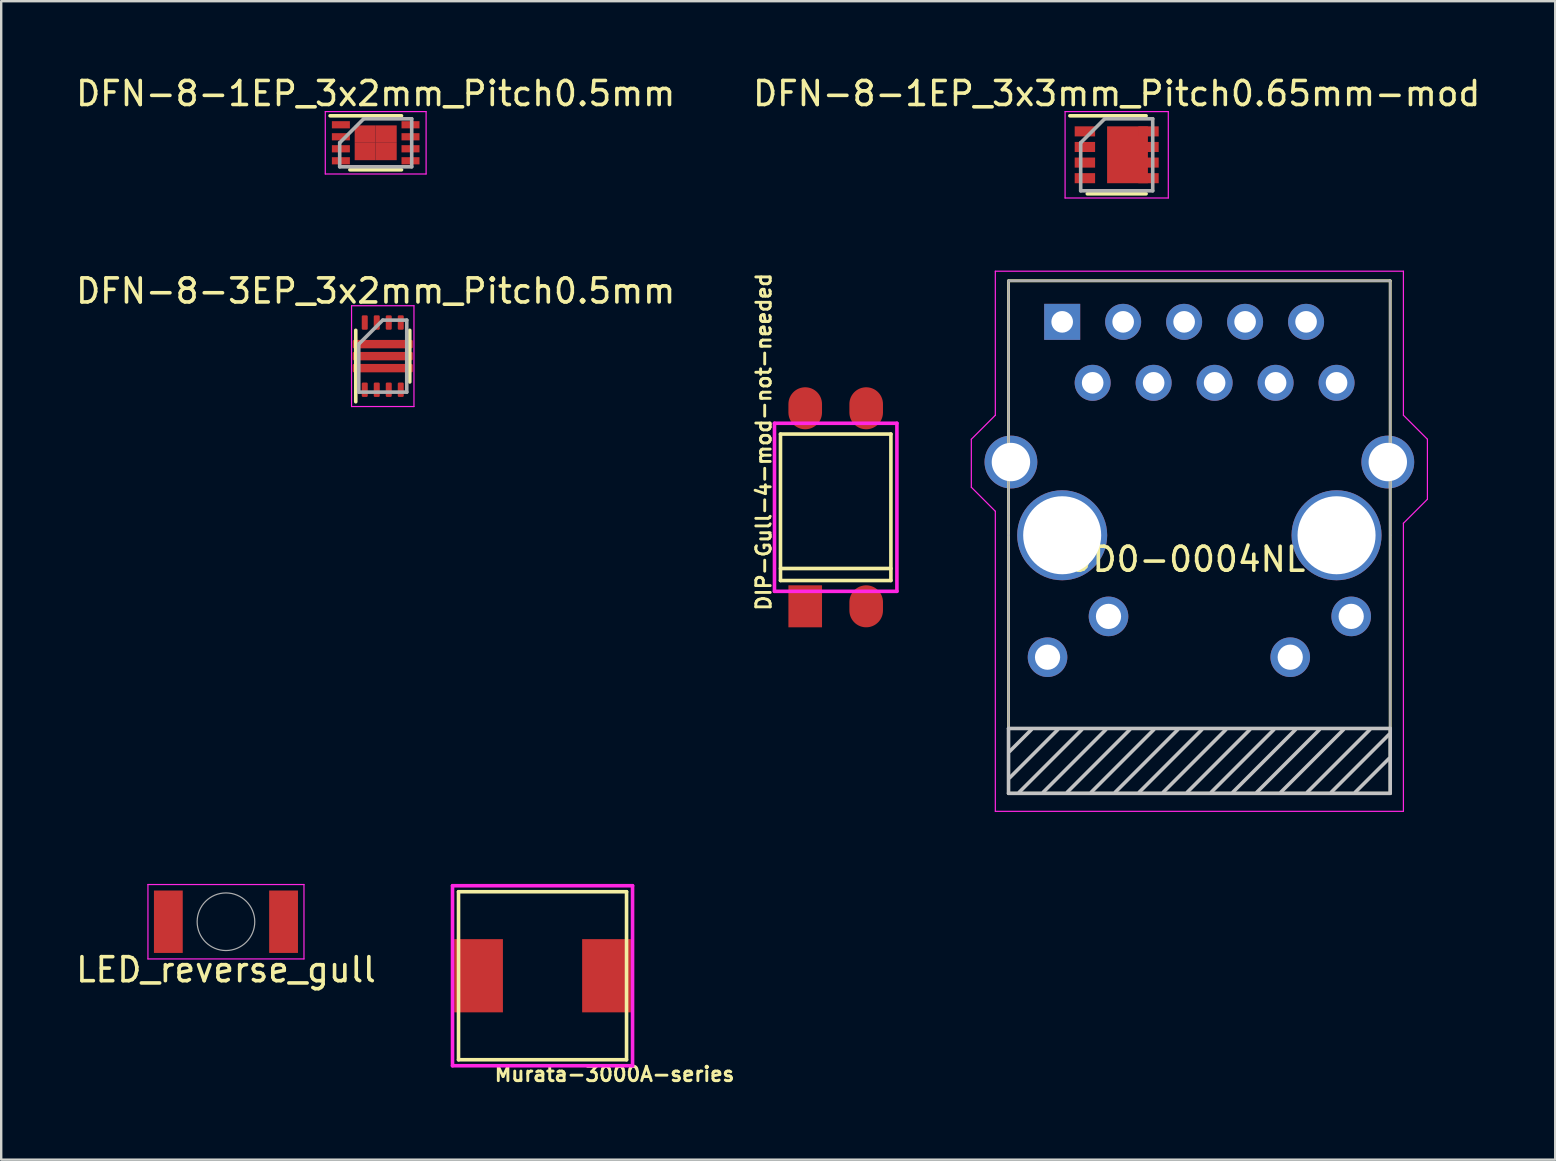
<source format=kicad_pcb>
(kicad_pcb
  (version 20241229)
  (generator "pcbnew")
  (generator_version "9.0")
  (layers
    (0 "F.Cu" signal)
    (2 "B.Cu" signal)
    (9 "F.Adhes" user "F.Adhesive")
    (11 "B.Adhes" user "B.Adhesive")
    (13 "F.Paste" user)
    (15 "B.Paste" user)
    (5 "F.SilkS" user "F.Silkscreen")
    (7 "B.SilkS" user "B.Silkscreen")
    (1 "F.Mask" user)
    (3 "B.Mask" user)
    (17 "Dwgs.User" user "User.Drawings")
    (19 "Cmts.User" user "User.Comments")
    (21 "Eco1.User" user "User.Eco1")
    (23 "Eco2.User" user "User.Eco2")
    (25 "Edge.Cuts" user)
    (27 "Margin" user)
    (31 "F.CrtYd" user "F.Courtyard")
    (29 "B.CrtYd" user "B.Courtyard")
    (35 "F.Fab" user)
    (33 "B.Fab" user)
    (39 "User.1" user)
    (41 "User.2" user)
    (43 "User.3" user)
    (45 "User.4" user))
  (footprint "DFN-8-3EP_3x2mm_Pitch0.5mm"
    (layer "F.Cu")
    (at 12.851 11.822)
    (property "Reference" "DFN-8-3EP_3x2mm_Pitch0.5mm" (at -0.25 -2.75 0) (layer "F.SilkS") (effects (font (size 1 1) (thickness 0.15))))
    (attr smd)
    (fp_line (start -1.081 1.864) (end -1.081 -1.111) (stroke (width 0.15) (type solid)) (layer "F.SilkS"))
    (fp_line (start 1.169 1.039) (end 1.169 -1.111) (stroke (width 0.15) (type solid)) (layer "F.SilkS"))
    (fp_line (start -1.256 -2.136) (end 1.344 -2.136) (stroke (width 0.05) (type solid)) (layer "F.CrtYd"))
    (fp_line (start -1.256 2.064) (end -1.256 -2.136) (stroke (width 0.05) (type solid)) (layer "F.CrtYd"))
    (fp_line (start -1.256 2.064) (end 1.344 2.064) (stroke (width 0.05) (type solid)) (layer "F.CrtYd"))
    (fp_line (start 1.344 2.064) (end 1.344 -2.136) (stroke (width 0.05) (type solid)) (layer "F.CrtYd"))
    (fp_line (start -0.956 -0.536) (end -0.956 1.464) (stroke (width 0.15) (type solid)) (layer "F.Fab"))
    (fp_line (start -0.956 1.464) (end 1.044 1.464) (stroke (width 0.15) (type solid)) (layer "F.Fab"))
    (fp_line (start 0.044 -1.536) (end -0.956 -0.536) (stroke (width 0.15) (type solid)) (layer "F.Fab"))
    (fp_line (start 1.044 -1.536) (end 0.044 -1.536) (stroke (width 0.15) (type solid)) (layer "F.Fab"))
    (fp_line (start 1.044 1.464) (end 1.044 -1.536) (stroke (width 0.15) (type solid)) (layer "F.Fab"))
    (pad "1" smd roundrect (at 0.044 -0.536 270) (size 0.35 2.5) (layers "F.Cu" "F.Mask" "F.Paste") (roundrect_rratio 0.143))
    (pad "2" smd roundrect (at 0.044 -0.036 270) (size 0.35 2.5) (layers "F.Cu" "F.Mask" "F.Paste") (roundrect_rratio 0.143))
    (pad "3" smd roundrect (at 0.044 0.464 270) (size 0.35 2.5) (layers "F.Cu" "F.Mask" "F.Paste") (roundrect_rratio 0.143))
    (pad "4" smd roundrect (at -0.706 1.364 90) (size 0.6 0.25) (layers "F.Cu" "F.Mask" "F.Paste") (roundrect_rratio 0.2))
    (pad "5" smd roundrect (at -0.206 1.364 90) (size 0.6 0.25) (layers "F.Cu" "F.Mask" "F.Paste") (roundrect_rratio 0.2))
    (pad "6" smd roundrect (at 0.294 1.364 90) (size 0.6 0.25) (layers "F.Cu" "F.Mask" "F.Paste") (roundrect_rratio 0.2))
    (pad "7" smd roundrect (at 0.794 1.364 90) (size 0.6 0.25) (layers "F.Cu" "F.Mask" "F.Paste") (roundrect_rratio 0.2))
    (pad "8" smd roundrect (at 0.794 -1.436 90) (size 0.6 0.25) (layers "F.Cu" "F.Mask" "F.Paste") (roundrect_rratio 0.2))
    (pad "9" smd roundrect (at 0.294 -1.436 90) (size 0.6 0.25) (layers "F.Cu" "F.Mask" "F.Paste") (roundrect_rratio 0.2))
    (pad "10" smd roundrect (at -0.206 -1.436 90) (size 0.6 0.25) (layers "F.Cu" "F.Mask" "F.Paste") (roundrect_rratio 0.2))
    (pad "11" smd roundrect (at -0.706 -1.436 90) (size 0.6 0.25) (layers "F.Cu" "F.Mask" "F.Paste") (roundrect_rratio 0.2)))
  (footprint "JD0-0004NL"
    (layer "F.Cu")
    (at 46.914 19.248)
    (property "Reference" "JD0-0004NL" (at -0.4 1 0) (layer "F.SilkS") (effects (font (size 1 1) (thickness 0.15))))
    (attr through_hole)
    (fp_line (start -7.95 -10.6) (end 7.95 -10.6) (stroke (width 0.12) (type solid)) (layer "F.SilkS"))
    (fp_line (start -7.95 10.75) (end -7.95 -10.6) (stroke (width 0.12) (type solid)) (layer "F.SilkS"))
    (fp_line (start 7.95 -10.6) (end 7.95 10.75) (stroke (width 0.12) (type solid)) (layer "F.SilkS"))
    (fp_line (start 7.95 10.75) (end -7.95 10.75) (stroke (width 0.12) (type solid)) (layer "F.SilkS"))
    (fp_line (start -7.95 8.05) (end -7.95 10.75) (stroke (width 0.15) (type solid)) (layer "Dwgs.User"))
    (fp_line (start -7.95 10.75) (end 7.95 10.75) (stroke (width 0.15) (type solid)) (layer "Dwgs.User"))
    (fp_line (start -7.9 9) (end -7 8.1) (stroke (width 0.15) (type solid)) (layer "Dwgs.User"))
    (fp_line (start -7.9 10.1) (end -5.9 8.1) (stroke (width 0.15) (type solid)) (layer "Dwgs.User"))
    (fp_line (start -7.5 10.7) (end -4.9 8.1) (stroke (width 0.15) (type solid)) (layer "Dwgs.User"))
    (fp_line (start -6.5 10.7) (end -3.9 8.1) (stroke (width 0.15) (type solid)) (layer "Dwgs.User"))
    (fp_line (start -5.5 10.7) (end -2.9 8.1) (stroke (width 0.15) (type solid)) (layer "Dwgs.User"))
    (fp_line (start -4.5 10.7) (end -1.9 8.1) (stroke (width 0.15) (type solid)) (layer "Dwgs.User"))
    (fp_line (start -3.5 10.7) (end -0.9 8.1) (stroke (width 0.15) (type solid)) (layer "Dwgs.User"))
    (fp_line (start -2.5 10.7) (end 0.1 8.1) (stroke (width 0.15) (type solid)) (layer "Dwgs.User"))
    (fp_line (start -1.5 10.7) (end 1.1 8.1) (stroke (width 0.15) (type solid)) (layer "Dwgs.User"))
    (fp_line (start -0.5 10.7) (end 2.1 8.1) (stroke (width 0.15) (type solid)) (layer "Dwgs.User"))
    (fp_line (start 0.5 10.7) (end 3.1 8.1) (stroke (width 0.15) (type solid)) (layer "Dwgs.User"))
    (fp_line (start 1.4 10.7) (end 4 8.1) (stroke (width 0.15) (type solid)) (layer "Dwgs.User"))
    (fp_line (start 2.4 10.7) (end 5 8.1) (stroke (width 0.15) (type solid)) (layer "Dwgs.User"))
    (fp_line (start 3.4 10.7) (end 6 8.1) (stroke (width 0.15) (type solid)) (layer "Dwgs.User"))
    (fp_line (start 4.5 10.7) (end 7.1 8.1) (stroke (width 0.15) (type solid)) (layer "Dwgs.User"))
    (fp_line (start 5.5 10.7) (end 7.9 8.3) (stroke (width 0.15) (type solid)) (layer "Dwgs.User"))
    (fp_line (start 6.5 10.7) (end 7.9 9.3) (stroke (width 0.15) (type solid)) (layer "Dwgs.User"))
    (fp_line (start 7.95 8.05) (end -7.95 8.05) (stroke (width 0.15) (type solid)) (layer "Dwgs.User"))
    (fp_line (start 7.95 10.75) (end 7.95 8.05) (stroke (width 0.15) (type solid)) (layer "Dwgs.User"))
    (fp_line (start -9.5 -4) (end -8.5 -5) (stroke (width 0.05) (type solid)) (layer "F.CrtYd"))
    (fp_line (start -9.5 -2) (end -9.5 -4) (stroke (width 0.05) (type solid)) (layer "F.CrtYd"))
    (fp_line (start -8.5 -11) (end 8.5 -11) (stroke (width 0.05) (type solid)) (layer "F.CrtYd"))
    (fp_line (start -8.5 -5) (end -8.5 -11) (stroke (width 0.05) (type solid)) (layer "F.CrtYd"))
    (fp_line (start -8.5 -1) (end -9.5 -2) (stroke (width 0.05) (type solid)) (layer "F.CrtYd"))
    (fp_line (start -8.5 11.5) (end -8.5 -1) (stroke (width 0.05) (type solid)) (layer "F.CrtYd"))
    (fp_line (start 8.5 -11) (end 8.5 -5) (stroke (width 0.05) (type solid)) (layer "F.CrtYd"))
    (fp_line (start 8.5 -5) (end 9.5 -4) (stroke (width 0.05) (type solid)) (layer "F.CrtYd"))
    (fp_line (start 8.5 -0.5) (end 8.5 11.5) (stroke (width 0.05) (type solid)) (layer "F.CrtYd"))
    (fp_line (start 8.5 11.5) (end -8.5 11.5) (stroke (width 0.05) (type solid)) (layer "F.CrtYd"))
    (fp_line (start 9.5 -4) (end 9.5 -1.5) (stroke (width 0.05) (type solid)) (layer "F.CrtYd"))
    (fp_line (start 9.5 -1.5) (end 8.5 -0.5) (stroke (width 0.05) (type solid)) (layer "F.CrtYd"))
    (fp_line (start -7.95 -10.6) (end 7.95 -10.6) (stroke (width 0.1) (type solid)) (layer "F.Fab"))
    (fp_line (start -7.95 0) (end -7.95 -10.6) (stroke (width 0.1) (type solid)) (layer "F.Fab"))
    (fp_line (start -7.95 0) (end -7.95 10.75) (stroke (width 0.1) (type solid)) (layer "F.Fab"))
    (fp_line (start -7.95 10.75) (end 7.95 10.75) (stroke (width 0.1) (type solid)) (layer "F.Fab"))
    (fp_line (start 7.95 -10.6) (end 7.95 0) (stroke (width 0.1) (type solid)) (layer "F.Fab"))
    (fp_line (start 7.95 10.75) (end 7.95 0) (stroke (width 0.1) (type solid)) (layer "F.Fab"))
    (pad "" thru_hole circle (at -5.715 0) (size 3.75 3.75) (drill 3.25) (layers "*.Cu" "*.Mask"))
    (pad "" thru_hole circle (at 5.715 0) (size 3.75 3.75) (drill 3.25) (layers "*.Cu" "*.Mask"))
    (pad "1" thru_hole rect (at -5.715 -8.89) (size 1.5 1.5) (drill 0.9) (layers "*.Cu" "*.Mask"))
    (pad "2" thru_hole circle (at -4.445 -6.35) (size 1.5 1.5) (drill 0.9) (layers "*.Cu" "*.Mask"))
    (pad "3" thru_hole circle (at -3.175 -8.89) (size 1.5 1.5) (drill 0.9) (layers "*.Cu" "*.Mask"))
    (pad "4" thru_hole circle (at -1.905 -6.35) (size 1.5 1.5) (drill 0.9) (layers "*.Cu" "*.Mask"))
    (pad "5" thru_hole circle (at -0.635 -8.89) (size 1.5 1.5) (drill 0.9) (layers "*.Cu" "*.Mask"))
    (pad "6" thru_hole circle (at 0.635 -6.35) (size 1.5 1.5) (drill 0.9) (layers "*.Cu" "*.Mask"))
    (pad "7" thru_hole circle (at 1.905 -8.89) (size 1.5 1.5) (drill 0.9) (layers "*.Cu" "*.Mask"))
    (pad "8" thru_hole circle (at 3.175 -6.35) (size 1.5 1.5) (drill 0.9) (layers "*.Cu" "*.Mask"))
    (pad "9" thru_hole circle (at 4.445 -8.89) (size 1.5 1.5) (drill 0.9) (layers "*.Cu" "*.Mask"))
    (pad "10" thru_hole circle (at 5.715 -6.35) (size 1.5 1.5) (drill 0.9) (layers "*.Cu" "*.Mask"))
    (pad "11" thru_hole circle (at -6.325 5.08) (size 1.65 1.65) (drill 1.05) (layers "*.Cu" "*.Mask"))
    (pad "12" thru_hole circle (at -3.785 3.38) (size 1.65 1.65) (drill 1.05) (layers "*.Cu" "*.Mask"))
    (pad "13" thru_hole circle (at 3.785 5.08) (size 1.65 1.65) (drill 1.05) (layers "*.Cu" "*.Mask"))
    (pad "14" thru_hole circle (at 6.325 3.38) (size 1.65 1.65) (drill 1.05) (layers "*.Cu" "*.Mask"))
    (pad "15" thru_hole circle (at -7.85 -3.05) (size 2.2 2.2) (drill 1.6) (layers "*.Cu" "*.Mask"))
    (pad "15" thru_hole circle (at 7.85 -3.05) (size 2.2 2.2) (drill 1.6) (layers "*.Cu" "*.Mask")))
  (footprint "DFN-8-1EP_3x3mm_Pitch0.65mm-mod"
    (layer "F.Cu")
    (at 43.47 3.398)
    (property "Reference" "DFN-8-1EP_3x3mm_Pitch0.65mm-mod" (at 0 -2.55 0) (layer "F.SilkS") (effects (font (size 1 1) (thickness 0.15))))
    (attr smd)
    (fp_line (start -1.95 -1.625) (end 1.225 -1.625) (stroke (width 0.15) (type solid)) (layer "F.SilkS"))
    (fp_line (start -1.225 1.625) (end 1.225 1.625) (stroke (width 0.15) (type solid)) (layer "F.SilkS"))
    (fp_line (start -2.15 -1.8) (end -2.15 1.8) (stroke (width 0.05) (type solid)) (layer "F.CrtYd"))
    (fp_line (start -2.15 -1.8) (end 2.15 -1.8) (stroke (width 0.05) (type solid)) (layer "F.CrtYd"))
    (fp_line (start -2.15 1.8) (end 2.15 1.8) (stroke (width 0.05) (type solid)) (layer "F.CrtYd"))
    (fp_line (start 2.15 -1.8) (end 2.15 1.8) (stroke (width 0.05) (type solid)) (layer "F.CrtYd"))
    (fp_line (start -1.5 -0.5) (end -0.5 -1.5) (stroke (width 0.15) (type solid)) (layer "F.Fab"))
    (fp_line (start -1.5 1.5) (end -1.5 -0.5) (stroke (width 0.15) (type solid)) (layer "F.Fab"))
    (fp_line (start -0.5 -1.5) (end 1.5 -1.5) (stroke (width 0.15) (type solid)) (layer "F.Fab"))
    (fp_line (start 1.5 -1.5) (end 1.5 1.5) (stroke (width 0.15) (type solid)) (layer "F.Fab"))
    (fp_line (start 1.5 1.5) (end -1.5 1.5) (stroke (width 0.15) (type solid)) (layer "F.Fab"))
    (pad "1" smd rect (at -1.325 -0.975) (size 0.85 0.42) (layers "F.Cu" "F.Mask" "F.Paste"))
    (pad "2" smd rect (at -1.325 -0.325) (size 0.85 0.42) (layers "F.Cu" "F.Mask" "F.Paste"))
    (pad "3" smd rect (at -1.325 0.325) (size 0.85 0.42) (layers "F.Cu" "F.Mask" "F.Paste"))
    (pad "4" smd rect (at -1.325 0.975) (size 0.85 0.42) (layers "F.Cu" "F.Mask" "F.Paste"))
    (pad "5" smd rect (at 1.325 0.975) (size 0.85 0.42) (layers "F.Cu" "F.Mask" "F.Paste"))
    (pad "6" smd rect (at 1.325 0.325) (size 0.85 0.42) (layers "F.Cu" "F.Mask" "F.Paste"))
    (pad "7" smd rect (at 1.325 -0.325) (size 0.85 0.42) (layers "F.Cu" "F.Mask" "F.Paste"))
    (pad "8" smd rect (at 0.45 0) (size 1.7 2.37) (layers "F.Cu" "F.Mask" "F.Paste"))
    (pad "8" smd rect (at 1.325 -0.975) (size 0.85 0.42) (layers "F.Cu" "F.Mask" "F.Paste")))
  (footprint "DFN-8-1EP_3x2mm_Pitch0.5mm"
    (layer "F.Cu")
    (at 12.601 2.898)
    (property "Reference" "DFN-8-1EP_3x2mm_Pitch0.5mm" (at 0 -2.05 0) (layer "F.SilkS") (effects (font (size 1 1) (thickness 0.15))))
    (attr smd)
    (fp_line (start -1.9 -1.125) (end 1.075 -1.125) (stroke (width 0.15) (type solid)) (layer "F.SilkS"))
    (fp_line (start -1.075 1.125) (end 1.075 1.125) (stroke (width 0.15) (type solid)) (layer "F.SilkS"))
    (fp_line (start -2.1 -1.3) (end -2.1 1.3) (stroke (width 0.05) (type solid)) (layer "F.CrtYd"))
    (fp_line (start -2.1 -1.3) (end 2.1 -1.3) (stroke (width 0.05) (type solid)) (layer "F.CrtYd"))
    (fp_line (start -2.1 1.3) (end 2.1 1.3) (stroke (width 0.05) (type solid)) (layer "F.CrtYd"))
    (fp_line (start 2.1 -1.3) (end 2.1 1.3) (stroke (width 0.05) (type solid)) (layer "F.CrtYd"))
    (fp_line (start -1.5 0) (end -0.5 -1) (stroke (width 0.15) (type solid)) (layer "F.Fab"))
    (fp_line (start -1.5 1) (end -1.5 0) (stroke (width 0.15) (type solid)) (layer "F.Fab"))
    (fp_line (start -0.5 -1) (end 1.5 -1) (stroke (width 0.15) (type solid)) (layer "F.Fab"))
    (fp_line (start 1.5 -1) (end 1.5 1) (stroke (width 0.15) (type solid)) (layer "F.Fab"))
    (fp_line (start 1.5 1) (end -1.5 1) (stroke (width 0.15) (type solid)) (layer "F.Fab"))
    (pad "1" smd rect (at -1.45 -0.75) (size 0.75 0.3) (layers "F.Cu" "F.Mask" "F.Paste"))
    (pad "2" smd rect (at -1.45 -0.25) (size 0.75 0.3) (layers "F.Cu" "F.Mask" "F.Paste"))
    (pad "3" smd rect (at -1.45 0.25) (size 0.75 0.3) (layers "F.Cu" "F.Mask" "F.Paste"))
    (pad "4" smd rect (at -1.45 0.75) (size 0.75 0.3) (layers "F.Cu" "F.Mask" "F.Paste"))
    (pad "5" smd rect (at 1.45 0.75) (size 0.75 0.3) (layers "F.Cu" "F.Mask" "F.Paste"))
    (pad "6" smd rect (at 1.45 0.25) (size 0.75 0.3) (layers "F.Cu" "F.Mask" "F.Paste"))
    (pad "7" smd rect (at 1.45 -0.25) (size 0.75 0.3) (layers "F.Cu" "F.Mask" "F.Paste"))
    (pad "8" smd rect (at 1.45 -0.75) (size 0.75 0.3) (layers "F.Cu" "F.Mask" "F.Paste"))
    (pad "9" smd rect (at -0.438 -0.362) (size 0.875 0.725) (layers "F.Cu" "F.Mask" "F.Paste"))
    (pad "9" smd rect (at -0.438 0.362) (size 0.875 0.725) (layers "F.Cu" "F.Mask" "F.Paste"))
    (pad "9" smd rect (at 0.438 -0.362) (size 0.875 0.725) (layers "F.Cu" "F.Mask" "F.Paste"))
    (pad "9" smd rect (at 0.438 0.362) (size 0.875 0.725) (layers "F.Cu" "F.Mask" "F.Paste")))
  (footprint "LED_reverse_gull"
    (layer "F.Cu")
    (at 6.363 35.348)
    (property "Reference" "LED_reverse_gull" (at 0 2 0) (layer "F.SilkS") (effects (font (size 1 1) (thickness 0.15))))
    (attr through_hole)
    (fp_line (start -3.25 -1.55) (end -3.25 1.55) (stroke (width 0.05) (type solid)) (layer "F.CrtYd"))
    (fp_line (start -3.25 1.55) (end 3.25 1.55) (stroke (width 0.05) (type solid)) (layer "F.CrtYd"))
    (fp_line (start 3.25 -1.55) (end -3.25 -1.55) (stroke (width 0.05) (type solid)) (layer "F.CrtYd"))
    (fp_line (start 3.25 1.55) (end 3.25 -1.55) (stroke (width 0.05) (type solid)) (layer "F.CrtYd"))
    (fp_circle (center 0 0) (end -1.2 0) (stroke (width 0.05) (type solid)) (fill no) (layer "F.Fab"))
    (pad "1" smd rect (at -2.4 0) (size 1.2 2.6) (layers "F.Cu" "F.Mask" "F.Paste"))
    (pad "2" smd rect (at 2.4 0) (size 1.2 2.6) (layers "F.Cu" "F.Mask" "F.Paste")))
  (footprint "DIP-Gull-4-mod-not-needed"
    (layer "F.Cu")
    (at 31.764 18.083)
    (property "Reference" "DIP-Gull-4-mod-not-needed" (at -3 -2.725 90) (layer "F.SilkS") (effects (font (size 0.6 0.6) (thickness 0.12))))
    (attr through_hole)
    (fp_line (start -2.3 -3.05) (end -2.3 3.05) (stroke (width 0.15) (type solid)) (layer "F.SilkS"))
    (fp_line (start -2.3 2.55) (end 2.3 2.55) (stroke (width 0.15) (type solid)) (layer "F.SilkS"))
    (fp_line (start -2.3 3.05) (end 2.3 3.05) (stroke (width 0.15) (type solid)) (layer "F.SilkS"))
    (fp_line (start 2.3 -3.05) (end -2.3 -3.05) (stroke (width 0.15) (type solid)) (layer "F.SilkS"))
    (fp_line (start 2.3 3.05) (end 2.3 -3.05) (stroke (width 0.15) (type solid)) (layer "F.SilkS"))
    (fp_line (start -2.55 -3.5) (end 2.55 -3.5) (stroke (width 0.15) (type solid)) (layer "F.CrtYd"))
    (fp_line (start -2.55 3.5) (end -2.55 -3.5) (stroke (width 0.15) (type solid)) (layer "F.CrtYd"))
    (fp_line (start 2.55 -3.5) (end 2.55 3.5) (stroke (width 0.15) (type solid)) (layer "F.CrtYd"))
    (fp_line (start 2.55 3.5) (end -2.55 3.5) (stroke (width 0.15) (type solid)) (layer "F.CrtYd"))
    (pad "1" smd rect (at -1.27 4.125) (size 1.4 1.75) (layers "F.Cu" "F.Mask" "F.Paste"))
    (pad "2" smd oval (at 1.27 4.125) (size 1.4 1.75) (layers "F.Cu" "F.Mask" "F.Paste"))
    (pad "3" smd oval (at 1.27 -4.125) (size 1.4 1.75) (layers "F.Cu" "F.Mask" "F.Paste"))
    (pad "4" smd oval (at -1.27 -4.125) (size 1.4 1.75) (layers "F.Cu" "F.Mask" "F.Paste")))
  (footprint "Murata-3000A-series"
    (layer "F.Cu")
    (at 19.551 37.598)
    (property "Reference" "Murata-3000A-series" (at 3 4.1 0) (layer "F.SilkS") (effects (font (size 0.6 0.6) (thickness 0.12))))
    (attr through_hole)
    (fp_line (start -3.5 -3.5) (end 3.5 -3.5) (stroke (width 0.15) (type solid)) (layer "F.SilkS"))
    (fp_line (start -3.5 3.5) (end -3.5 -3.5) (stroke (width 0.15) (type solid)) (layer "F.SilkS"))
    (fp_line (start 3.5 -3.5) (end 3.5 3.5) (stroke (width 0.15) (type solid)) (layer "F.SilkS"))
    (fp_line (start 3.5 3.5) (end -3.5 3.5) (stroke (width 0.15) (type solid)) (layer "F.SilkS"))
    (fp_line (start -3.75 -3.75) (end 3.75 -3.75) (stroke (width 0.15) (type solid)) (layer "F.CrtYd"))
    (fp_line (start -3.75 3.75) (end -3.75 -3.75) (stroke (width 0.15) (type solid)) (layer "F.CrtYd"))
    (fp_line (start 3.75 -3.75) (end 3.75 3.75) (stroke (width 0.15) (type solid)) (layer "F.CrtYd"))
    (fp_line (start 3.75 3.75) (end -3.75 3.75) (stroke (width 0.15) (type solid)) (layer "F.CrtYd"))
    (pad "1" smd rect (at -2.665 0) (size 2.03 3.05) (layers "F.Cu" "F.Mask" "F.Paste"))
    (pad "2" smd rect (at 2.665 0) (size 2.03 3.05) (layers "F.Cu" "F.Mask" "F.Paste")))
  (gr_rect
    (start -3 -3)
    (end 61.738 45.26)
    (stroke (width 0.1) (type default))
    (fill no)
    (layer "Edge.Cuts")))
</source>
